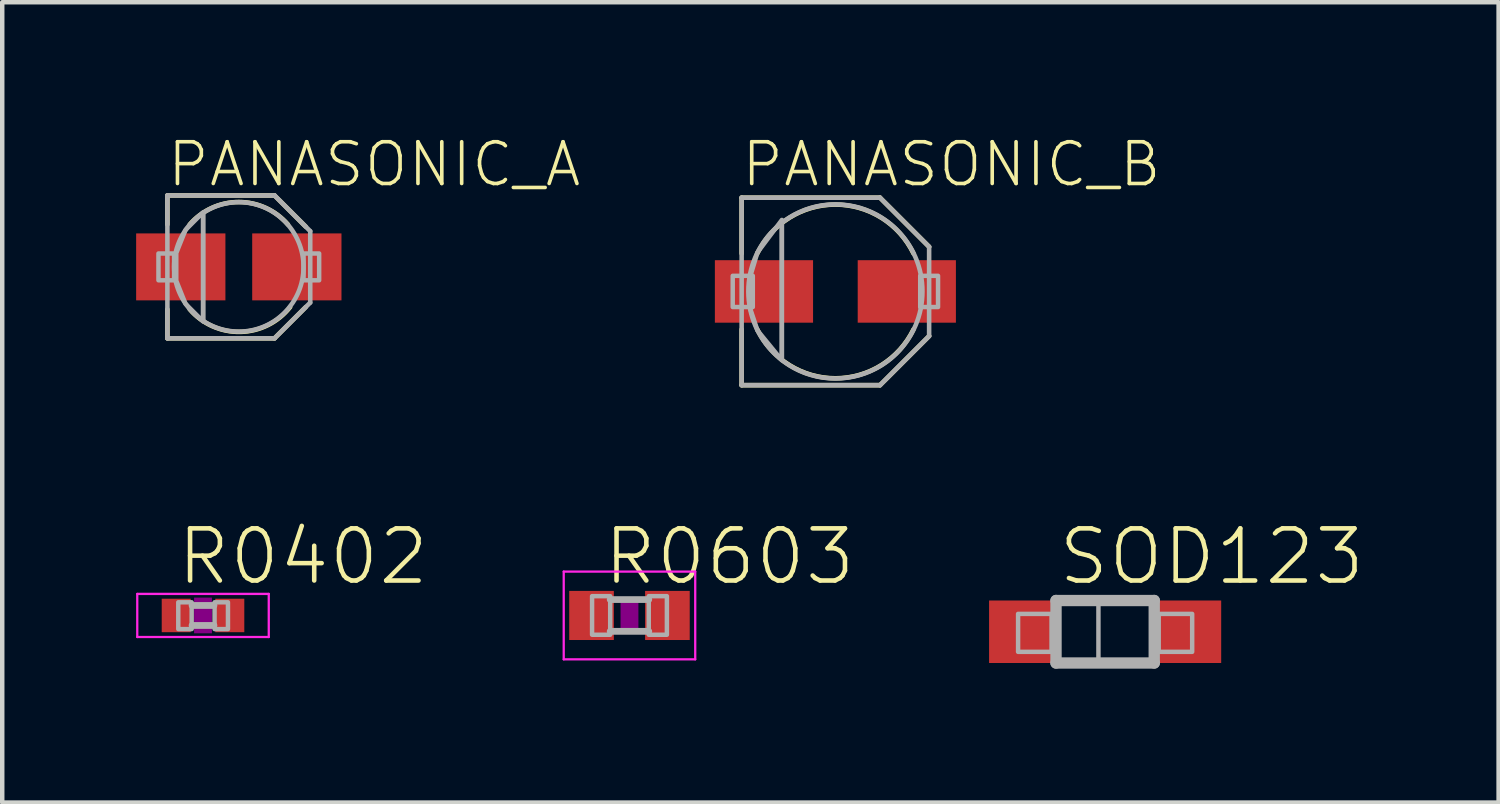
<source format=kicad_pcb>
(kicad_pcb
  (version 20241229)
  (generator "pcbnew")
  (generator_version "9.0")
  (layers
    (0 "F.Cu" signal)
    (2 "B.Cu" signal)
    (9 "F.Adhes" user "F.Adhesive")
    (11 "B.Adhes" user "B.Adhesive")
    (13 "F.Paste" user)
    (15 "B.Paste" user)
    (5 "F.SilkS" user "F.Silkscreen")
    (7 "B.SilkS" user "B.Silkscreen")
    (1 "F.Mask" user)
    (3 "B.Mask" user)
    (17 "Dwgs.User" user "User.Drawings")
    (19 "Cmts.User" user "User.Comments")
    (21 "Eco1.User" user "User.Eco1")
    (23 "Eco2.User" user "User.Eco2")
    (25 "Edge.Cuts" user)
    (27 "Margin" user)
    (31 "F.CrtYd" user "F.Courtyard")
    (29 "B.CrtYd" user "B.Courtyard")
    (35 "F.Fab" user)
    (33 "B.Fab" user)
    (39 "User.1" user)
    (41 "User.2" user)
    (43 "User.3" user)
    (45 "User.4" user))
  (footprint "SOD123"
    (layer "F.Cu")
    (at 21.708 11.103)
    (property "Reference" "SOD123" (at -1.1 -1 0) (layer "F.SilkS") (effects (font (size 1.168 1.168) (thickness 0.102)) (justify left bottom)))
    (fp_line (start -1.1 -0.7) (end 1.1 -0.7) (stroke (width 0.254) (type solid)) (layer "F.Fab"))
    (fp_line (start -1.1 0.7) (end -1.1 -0.7) (stroke (width 0.254) (type solid)) (layer "F.Fab"))
    (fp_line (start 1.1 -0.7) (end 1.1 0.7) (stroke (width 0.254) (type solid)) (layer "F.Fab"))
    (fp_line (start 1.1 0.7) (end -1.1 0.7) (stroke (width 0.254) (type solid)) (layer "F.Fab"))
    (fp_poly (pts (xy -1.95 0.45) (xy -1.2 0.45) (xy -1.2 -0.4) (xy -1.95 -0.4)) (stroke (width 0.1) (type solid)) (fill no) (layer "F.Fab"))
    (fp_poly (pts (xy -1.05 0.65) (xy -0.15 0.65) (xy -0.15 -0.7) (xy -1.05 -0.7)) (stroke (width 0.1) (type solid)) (fill no) (layer "F.Fab"))
    (fp_poly (pts (xy 1.2 0.45) (xy 1.95 0.45) (xy 1.95 -0.4) (xy 1.2 -0.4)) (stroke (width 0.1) (type solid)) (fill no) (layer "F.Fab"))
    (pad "A" smd rect (at 1.9 0) (size 1.4 1.4) (layers "F.Cu" "F.Mask" "F.Paste"))
    (pad "C" smd rect (at -1.9 0) (size 1.4 1.4) (layers "F.Cu" "F.Mask" "F.Paste")))
  (footprint "R0402"
    (layer "F.Cu")
    (at 1.498 10.738)
    (property "Reference" "R0402" (at -0.635 -0.635 0) (layer "F.SilkS") (effects (font (size 1.168 1.168) (thickness 0.102)) (justify left bottom)))
    (fp_poly (pts (xy -0.2 0.4) (xy 0.2 0.4) (xy 0.2 -0.4) (xy -0.2 -0.4)) (stroke (width 0) (type solid)) (fill yes) (layer "F.Adhes"))
    (fp_line (start -1.473 -0.483) (end 1.473 -0.483) (stroke (width 0.051) (type solid)) (layer "F.CrtYd"))
    (fp_line (start -1.473 0.483) (end -1.473 -0.483) (stroke (width 0.051) (type solid)) (layer "F.CrtYd"))
    (fp_line (start 1.473 -0.483) (end 1.473 0.483) (stroke (width 0.051) (type solid)) (layer "F.CrtYd"))
    (fp_line (start 1.473 0.483) (end -1.473 0.483) (stroke (width 0.051) (type solid)) (layer "F.CrtYd"))
    (fp_line (start -0.245 -0.224) (end 0.245 -0.224) (stroke (width 0.152) (type solid)) (layer "F.Fab"))
    (fp_line (start 0.245 0.224) (end -0.245 0.224) (stroke (width 0.152) (type solid)) (layer "F.Fab"))
    (fp_poly (pts (xy -0.554 0.305) (xy -0.254 0.305) (xy -0.254 -0.295) (xy -0.554 -0.295)) (stroke (width 0.1) (type solid)) (fill no) (layer "F.Fab"))
    (fp_poly (pts (xy 0.259 0.305) (xy 0.559 0.305) (xy 0.559 -0.295) (xy 0.259 -0.295)) (stroke (width 0.1) (type solid)) (fill no) (layer "F.Fab"))
    (pad "1" smd rect (at -0.6 0) (size 0.65 0.75) (layers "F.Cu" "F.Mask" "F.Paste"))
    (pad "2" smd rect (at 0.6 0) (size 0.65 0.75) (layers "F.Cu" "F.Mask" "F.Paste")))
  (footprint "PANASONIC_A"
    (layer "F.Cu")
    (at 2.3 2.929)
    (property "Reference" "PANASONIC_A" (at -1.65 -1.75 0) (layer "F.SilkS") (effects (font (size 0.935 0.935) (thickness 0.081)) (justify left bottom)))
    (fp_line (start -1.6 -1.6) (end 0.8 -1.6) (stroke (width 0.102) (type solid)) (layer "F.SilkS"))
    (fp_line (start -1.6 -0.95) (end -1.6 -1.6) (stroke (width 0.102) (type solid)) (layer "F.SilkS"))
    (fp_line (start -1.6 1.6) (end -1.6 0.95) (stroke (width 0.102) (type solid)) (layer "F.SilkS"))
    (fp_line (start 0.8 -1.6) (end 1.5 -0.9) (stroke (width 0.102) (type solid)) (layer "F.SilkS"))
    (fp_line (start 0.8 1.6) (end -1.6 1.6) (stroke (width 0.102) (type solid)) (layer "F.SilkS"))
    (fp_line (start 1.5 0.9) (end 0.8 1.6) (stroke (width 0.102) (type solid)) (layer "F.SilkS"))
    (fp_arc (start -1.1 -0.95) (mid 0 -1.453444) (end 1.1 -0.95) (stroke (width 0.1016) (type solid)) (layer "F.SilkS"))
    (fp_arc (start 1.149999 0.9) (mid 0.03681 1.456451) (end -1.1 0.95) (stroke (width 0.1016) (type solid)) (layer "F.SilkS"))
    (fp_line (start -1.6 -1.6) (end 0.8 -1.6) (stroke (width 0.102) (type solid)) (layer "F.Fab"))
    (fp_line (start -1.6 1.6) (end -1.6 -1.6) (stroke (width 0.102) (type solid)) (layer "F.Fab"))
    (fp_line (start -0.8 -1.2) (end -0.8 1.2) (stroke (width 0.102) (type solid)) (layer "F.Fab"))
    (fp_line (start 0.8 -1.6) (end 1.6 -0.8) (stroke (width 0.102) (type solid)) (layer "F.Fab"))
    (fp_line (start 0.8 1.6) (end -1.6 1.6) (stroke (width 0.102) (type solid)) (layer "F.Fab"))
    (fp_line (start 1.6 -0.8) (end 1.6 0.8) (stroke (width 0.102) (type solid)) (layer "F.Fab"))
    (fp_line (start 1.6 0.8) (end 0.8 1.6) (stroke (width 0.102) (type solid)) (layer "F.Fab"))
    (fp_circle (center 0 0) (end 1.45 0) (stroke (width 0.102) (type solid)) (fill no) (layer "F.Fab"))
    (fp_poly (pts (xy -1.8 0.3) (xy -1.45 0.3) (xy -1.45 -0.3) (xy -1.8 -0.3)) (stroke (width 0.1) (type solid)) (fill no) (layer "F.Fab"))
    (fp_poly (pts (xy 1.45 0.3) (xy 1.8 0.3) (xy 1.8 -0.3) (xy 1.45 -0.3)) (stroke (width 0.1) (type solid)) (fill no) (layer "F.Fab"))
    (fp_poly (pts (xy -0.799 1.223) (xy -1.193 0.829) (xy -1.401 0.31) (xy -1.401 -0.31) (xy -1.193 -0.829) (xy -0.799 -1.223)) (stroke (width 0.1) (type solid)) (fill no) (layer "F.Fab"))
    (pad "+" smd rect (at 1.3 0) (size 2 1.5) (layers "F.Cu" "F.Mask" "F.Paste"))
    (pad "-" smd rect (at -1.3 0) (size 2 1.5) (layers "F.Cu" "F.Mask" "F.Paste")))
  (footprint "PANASONIC_B"
    (layer "F.Cu")
    (at 15.665 3.479)
    (property "Reference" "PANASONIC_B" (at -2.15 -2.3 0) (layer "F.SilkS") (effects (font (size 0.935 0.935) (thickness 0.081)) (justify left bottom)))
    (fp_line (start -2.1 -2.1) (end 1 -2.1) (stroke (width 0.102) (type solid)) (layer "F.SilkS"))
    (fp_line (start -2.1 -0.85) (end -2.1 -2.1) (stroke (width 0.102) (type solid)) (layer "F.SilkS"))
    (fp_line (start -2.1 2.1) (end -2.1 0.85) (stroke (width 0.102) (type solid)) (layer "F.SilkS"))
    (fp_line (start 1 -2.1) (end 2.1 -1) (stroke (width 0.102) (type solid)) (layer "F.SilkS"))
    (fp_line (start 1 2.1) (end -2.1 2.1) (stroke (width 0.102) (type solid)) (layer "F.SilkS"))
    (fp_line (start 2.1 1) (end 1 2.1) (stroke (width 0.102) (type solid)) (layer "F.SilkS"))
    (fp_arc (start -1.75 -0.85) (mid 0 -1.945508) (end 1.75 -0.85) (stroke (width 0.1016) (type solid)) (layer "F.SilkS"))
    (fp_arc (start 1.75 0.85) (mid 0 1.945508) (end -1.75 0.85) (stroke (width 0.1016) (type solid)) (layer "F.SilkS"))
    (fp_line (start -2.1 -2.1) (end 1 -2.1) (stroke (width 0.102) (type solid)) (layer "F.Fab"))
    (fp_line (start -2.1 2.1) (end -2.1 -2.1) (stroke (width 0.102) (type solid)) (layer "F.Fab"))
    (fp_line (start -1.2 -1.5) (end -1.2 1.5) (stroke (width 0.102) (type solid)) (layer "F.Fab"))
    (fp_line (start 1 -2.1) (end 2.1 -1) (stroke (width 0.102) (type solid)) (layer "F.Fab"))
    (fp_line (start 1 2.1) (end -2.1 2.1) (stroke (width 0.102) (type solid)) (layer "F.Fab"))
    (fp_line (start 2.1 -1) (end 2.1 1) (stroke (width 0.102) (type solid)) (layer "F.Fab"))
    (fp_line (start 2.1 1) (end 1 2.1) (stroke (width 0.102) (type solid)) (layer "F.Fab"))
    (fp_circle (center 0 0) (end 1.95 0) (stroke (width 0.102) (type solid)) (fill no) (layer "F.Fab"))
    (fp_poly (pts (xy -2.3 0.35) (xy -1.85 0.35) (xy -1.85 -0.35) (xy -2.3 -0.35)) (stroke (width 0.1) (type solid)) (fill no) (layer "F.Fab"))
    (fp_poly (pts (xy 1.9 0.35) (xy 2.3 0.35) (xy 2.3 -0.35) (xy 1.9 -0.35)) (stroke (width 0.1) (type solid)) (fill no) (layer "F.Fab"))
    (fp_poly (pts (xy -1.199 1.542) (xy -1.745 0.875) (xy -1.901 0.408) (xy -1.901 -0.357) (xy -1.746 -0.873) (xy -1.199 -1.602)) (stroke (width 0.1) (type solid)) (fill no) (layer "F.Fab"))
    (pad "+" smd rect (at 1.6 0) (size 2.2 1.4) (layers "F.Cu" "F.Mask" "F.Paste"))
    (pad "-" smd rect (at -1.6 0) (size 2.2 1.4) (layers "F.Cu" "F.Mask" "F.Paste")))
  (footprint "R0603"
    (layer "F.Cu")
    (at 11.052 10.738)
    (property "Reference" "R0603" (at -0.635 -0.635 0) (layer "F.SilkS") (effects (font (size 1.168 1.168) (thickness 0.102)) (justify left bottom)))
    (fp_poly (pts (xy -0.2 0.4) (xy 0.2 0.4) (xy 0.2 -0.4) (xy -0.2 -0.4)) (stroke (width 0) (type solid)) (fill yes) (layer "F.Adhes"))
    (fp_line (start -1.473 -0.983) (end 1.473 -0.983) (stroke (width 0.051) (type solid)) (layer "F.CrtYd"))
    (fp_line (start -1.473 0.983) (end -1.473 -0.983) (stroke (width 0.051) (type solid)) (layer "F.CrtYd"))
    (fp_line (start 1.473 -0.983) (end 1.473 0.983) (stroke (width 0.051) (type solid)) (layer "F.CrtYd"))
    (fp_line (start 1.473 0.983) (end -1.473 0.983) (stroke (width 0.051) (type solid)) (layer "F.CrtYd"))
    (fp_line (start -0.432 0.356) (end 0.432 0.356) (stroke (width 0.152) (type solid)) (layer "F.Fab"))
    (fp_line (start 0.432 -0.356) (end -0.432 -0.356) (stroke (width 0.152) (type solid)) (layer "F.Fab"))
    (fp_poly (pts (xy -0.838 0.432) (xy -0.432 0.432) (xy -0.432 -0.432) (xy -0.838 -0.432)) (stroke (width 0.1) (type solid)) (fill no) (layer "F.Fab"))
    (fp_poly (pts (xy 0.432 0.432) (xy 0.838 0.432) (xy 0.838 -0.432) (xy 0.432 -0.432)) (stroke (width 0.1) (type solid)) (fill no) (layer "F.Fab"))
    (pad "1" smd rect (at -0.85 0) (size 1 1.1) (layers "F.Cu" "F.Mask" "F.Paste"))
    (pad "2" smd rect (at 0.85 0) (size 1 1.1) (layers "F.Cu" "F.Mask" "F.Paste")))
  (gr_rect
    (start -3 -3)
    (end 30.523 14.93)
    (stroke (width 0.1) (type default))
    (fill no)
    (layer "Edge.Cuts")))
</source>
